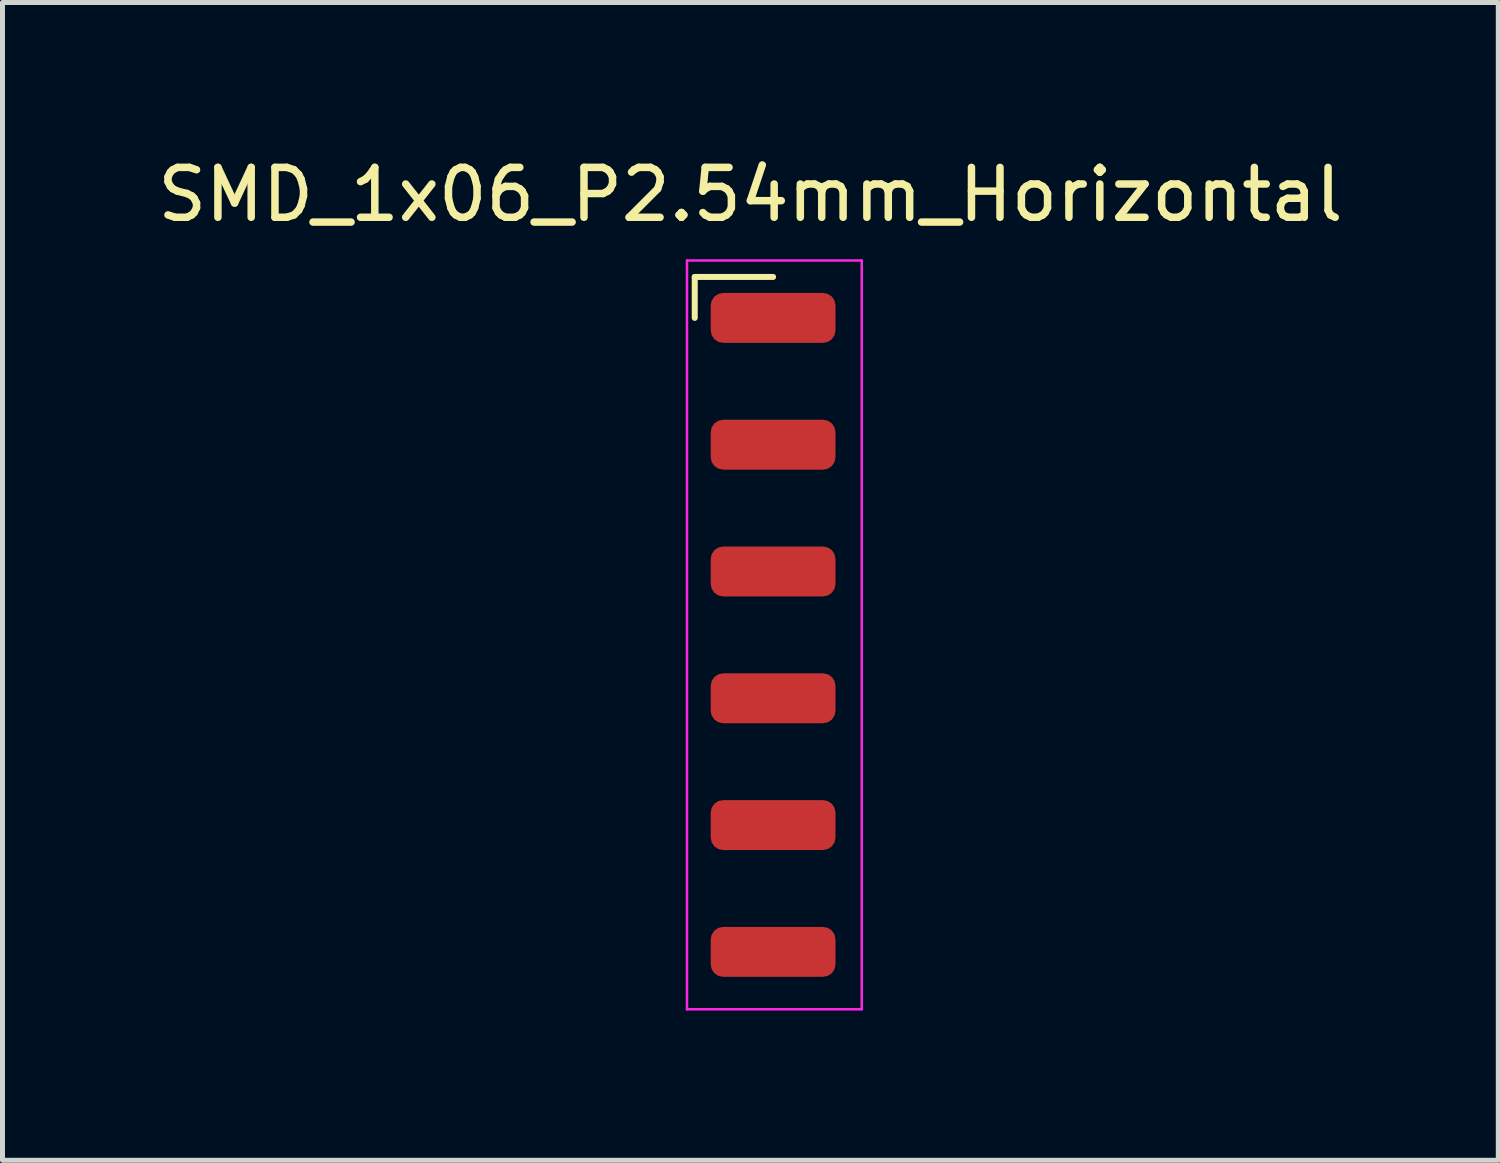
<source format=kicad_pcb>
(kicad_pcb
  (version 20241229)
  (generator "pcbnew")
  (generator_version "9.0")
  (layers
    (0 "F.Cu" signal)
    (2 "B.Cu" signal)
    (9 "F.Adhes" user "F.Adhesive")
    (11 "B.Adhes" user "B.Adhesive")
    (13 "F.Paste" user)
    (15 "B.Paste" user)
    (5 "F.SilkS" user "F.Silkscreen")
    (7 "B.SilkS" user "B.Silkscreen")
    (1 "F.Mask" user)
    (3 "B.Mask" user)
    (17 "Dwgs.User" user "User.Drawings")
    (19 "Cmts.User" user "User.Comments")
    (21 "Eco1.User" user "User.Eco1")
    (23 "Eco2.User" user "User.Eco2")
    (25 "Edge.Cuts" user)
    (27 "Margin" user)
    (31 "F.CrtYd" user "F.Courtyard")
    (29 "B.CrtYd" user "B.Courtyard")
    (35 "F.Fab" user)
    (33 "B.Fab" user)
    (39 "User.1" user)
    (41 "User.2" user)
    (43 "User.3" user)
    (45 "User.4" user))
  (footprint "SMD_1x06_P2.54mm_Horizontal"
    (layer "F.Cu")
    (at 12.462 9.668)
    (property "Reference" "SMD_1x06_P2.54mm_Horizontal" (at -0.48 -8.82 0) (layer "F.SilkS") (effects (font (size 1 1) (thickness 0.15))))
    (attr smd)
    (fp_line (start -1.595 -7.17) (end -0.025 -7.17) (stroke (width 0.12) (type solid)) (layer "F.SilkS"))
    (fp_line (start -1.595 -6.35) (end -1.595 -7.17) (stroke (width 0.12) (type solid)) (layer "F.SilkS"))
    (fp_line (start -1.75 -7.5) (end 1.75 -7.5) (stroke (width 0.05) (type solid)) (layer "F.CrtYd"))
    (fp_line (start -1.75 7.5) (end -1.75 -7.5) (stroke (width 0.05) (type solid)) (layer "F.CrtYd"))
    (fp_line (start -1.75 7.5) (end 1.75 7.5) (stroke (width 0.05) (type solid)) (layer "F.CrtYd"))
    (fp_line (start 1.75 7.5) (end 1.75 -7.5) (stroke (width 0.05) (type solid)) (layer "F.CrtYd"))
    (pad "1" smd roundrect (at -0.025 -6.35) (size 2.5 1) (layers "F.Cu" "F.Mask" "F.Paste") (roundrect_rratio 0.25))
    (pad "2" smd roundrect (at -0.025 -3.81) (size 2.5 1) (layers "F.Cu" "F.Mask" "F.Paste") (roundrect_rratio 0.25))
    (pad "3" smd roundrect (at -0.025 -1.27) (size 2.5 1) (layers "F.Cu" "F.Mask" "F.Paste") (roundrect_rratio 0.25))
    (pad "4" smd roundrect (at -0.025 1.27) (size 2.5 1) (layers "F.Cu" "F.Mask" "F.Paste") (roundrect_rratio 0.25))
    (pad "5" smd roundrect (at -0.025 3.81) (size 2.5 1) (layers "F.Cu" "F.Mask" "F.Paste") (roundrect_rratio 0.25))
    (pad "6" smd roundrect (at -0.025 6.35) (size 2.5 1) (layers "F.Cu" "F.Mask" "F.Paste") (roundrect_rratio 0.25)))
  (gr_rect
    (start -3 -3)
    (end 26.964 20.193)
    (stroke (width 0.1) (type default))
    (fill no)
    (layer "Edge.Cuts")))
</source>
